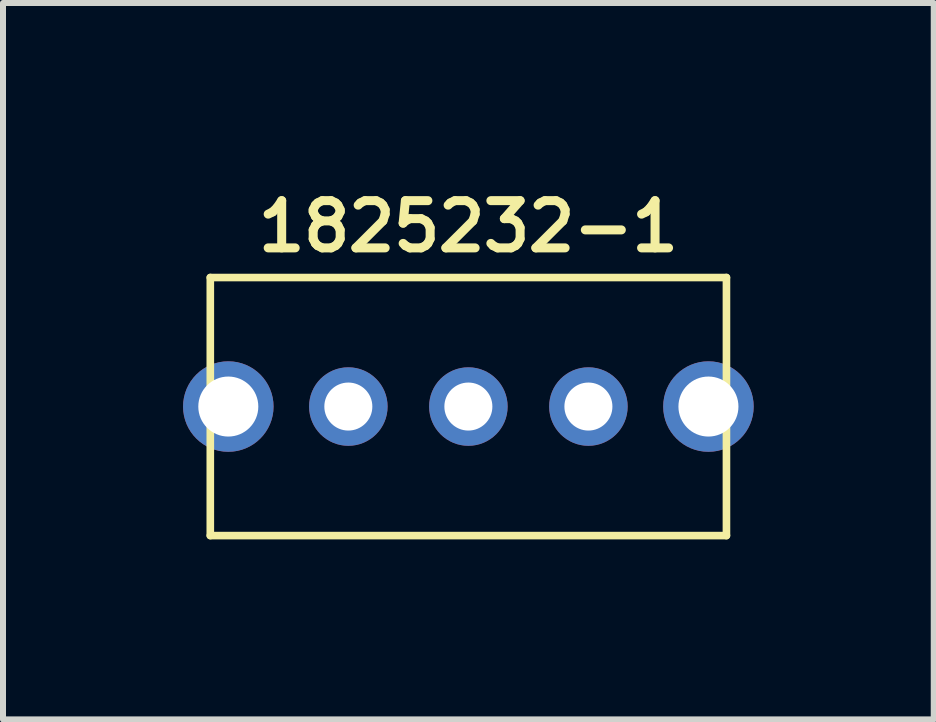
<source format=kicad_pcb>
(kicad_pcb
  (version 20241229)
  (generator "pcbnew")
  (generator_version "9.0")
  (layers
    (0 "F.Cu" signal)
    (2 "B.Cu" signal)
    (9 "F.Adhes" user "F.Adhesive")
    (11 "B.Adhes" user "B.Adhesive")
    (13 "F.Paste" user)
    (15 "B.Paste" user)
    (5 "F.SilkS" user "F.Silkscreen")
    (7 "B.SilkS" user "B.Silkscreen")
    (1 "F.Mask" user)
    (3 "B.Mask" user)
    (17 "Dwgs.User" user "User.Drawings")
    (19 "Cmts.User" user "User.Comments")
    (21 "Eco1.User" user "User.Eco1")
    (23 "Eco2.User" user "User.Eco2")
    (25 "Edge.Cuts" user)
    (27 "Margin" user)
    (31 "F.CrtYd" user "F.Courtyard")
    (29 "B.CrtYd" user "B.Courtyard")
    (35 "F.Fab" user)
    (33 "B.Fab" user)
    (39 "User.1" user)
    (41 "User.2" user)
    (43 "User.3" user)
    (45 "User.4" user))
  (footprint "1825232-1"
    (layer "F.Cu")
    (at 4.754 3.724)
    (property "Reference" "1825232-1" (at 0 -3 0) (layer "F.SilkS") (effects (font (size 0.787 0.787) (thickness 0.15))))
    (attr through_hole)
    (fp_line (start -4.3 -2.15) (end 4.3 -2.15) (stroke (width 0.127) (type solid)) (layer "F.SilkS"))
    (fp_line (start -4.3 2.15) (end -4.3 -2.15) (stroke (width 0.127) (type solid)) (layer "F.SilkS"))
    (fp_line (start 4.3 -2.15) (end 4.3 2.15) (stroke (width 0.127) (type solid)) (layer "F.SilkS"))
    (fp_line (start 4.3 2.15) (end -4.3 2.15) (stroke (width 0.127) (type solid)) (layer "F.SilkS"))
    (pad "1" thru_hole circle (at -2 0) (size 1.308 1.308) (drill 0.8) (layers "*.Cu" "*.Mask"))
    (pad "2" thru_hole circle (at 0 0) (size 1.308 1.308) (drill 0.8) (layers "*.Cu" "*.Mask"))
    (pad "3" thru_hole circle (at 2 0) (size 1.308 1.308) (drill 0.8) (layers "*.Cu" "*.Mask"))
    (pad "GND" thru_hole circle (at -4 0) (size 1.508 1.508) (drill 1) (layers "*.Cu" "*.Mask"))
    (pad "GND1" thru_hole circle (at 4 0) (size 1.508 1.508) (drill 1) (layers "*.Cu" "*.Mask")))
  (gr_rect
    (start -3 -3)
    (end 12.508 8.937)
    (stroke (width 0.1) (type default))
    (fill no)
    (layer "Edge.Cuts")))
</source>
